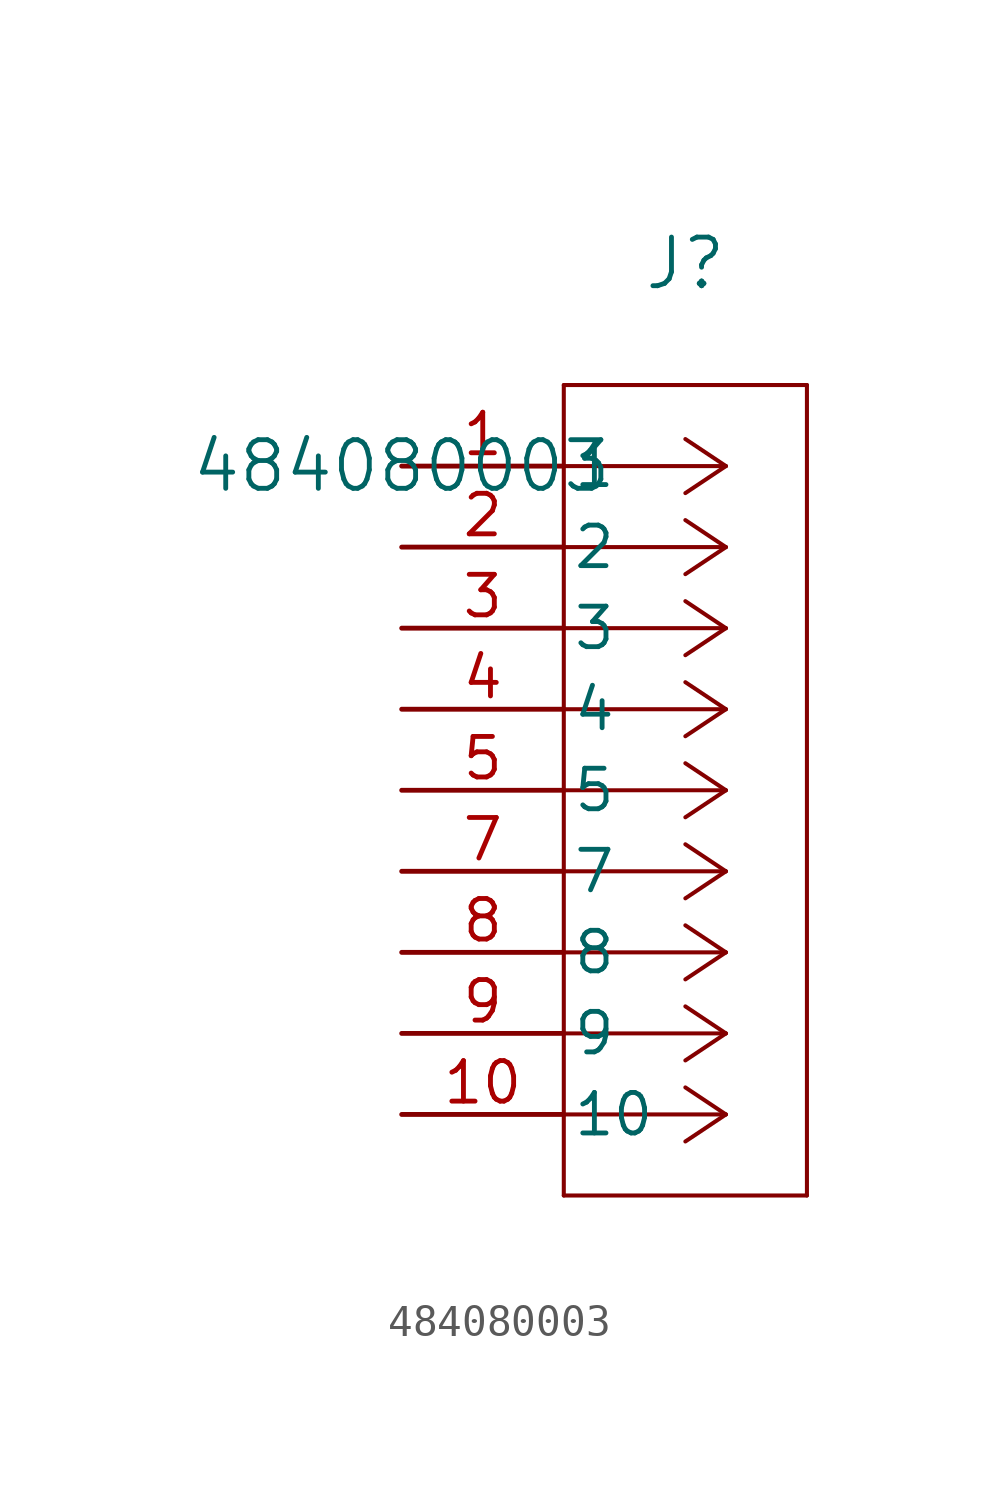
<source format=kicad_sym>
(kicad_symbol_lib
  (version 20211014)
  (generator kicad_symbol_editor)
  (symbol "484080003"
    (pin_names
      (offset 0.254))
    (property "Reference" "J"
      (at 8.89 6.35 0)
      (effects (font (size 1.524 1.524))))
    (property "Value" "484080003"
      (at 0 0 0)
      (effects (font (size 1.524 1.524))))
    (symbol "484080003_0_1"
      (polyline (pts (xy 10.16 0) (xy 5.08 0)) (stroke (width 0.127) (type default) (color 0 0 0 0)) (fill (type none)))
      (polyline (pts (xy 10.16 -2.54) (xy 5.08 -2.54)) (stroke (width 0.127) (type default) (color 0 0 0 0)) (fill (type none)))
      (polyline (pts (xy 10.16 -5.08) (xy 5.08 -5.08)) (stroke (width 0.127) (type default) (color 0 0 0 0)) (fill (type none)))
      (polyline (pts (xy 10.16 -7.62) (xy 5.08 -7.62)) (stroke (width 0.127) (type default) (color 0 0 0 0)) (fill (type none)))
      (polyline (pts (xy 10.16 -10.16) (xy 5.08 -10.16)) (stroke (width 0.127) (type default) (color 0 0 0 0)) (fill (type none)))
      (polyline (pts (xy 10.16 -12.7) (xy 5.08 -12.7)) (stroke (width 0.127) (type default) (color 0 0 0 0)) (fill (type none)))
      (polyline (pts (xy 10.16 -15.24) (xy 5.08 -15.24)) (stroke (width 0.127) (type default) (color 0 0 0 0)) (fill (type none)))
      (polyline (pts (xy 10.16 -17.78) (xy 5.08 -17.78)) (stroke (width 0.127) (type default) (color 0 0 0 0)) (fill (type none)))
      (polyline (pts (xy 10.16 -20.32) (xy 5.08 -20.32)) (stroke (width 0.127) (type default) (color 0 0 0 0)) (fill (type none)))
      (polyline (pts (xy 10.16 0) (xy 8.89 0.847)) (stroke (width 0.127) (type default) (color 0 0 0 0)) (fill (type none)))
      (polyline (pts (xy 10.16 -2.54) (xy 8.89 -1.693)) (stroke (width 0.127) (type default) (color 0 0 0 0)) (fill (type none)))
      (polyline (pts (xy 10.16 -5.08) (xy 8.89 -4.233)) (stroke (width 0.127) (type default) (color 0 0 0 0)) (fill (type none)))
      (polyline (pts (xy 10.16 -7.62) (xy 8.89 -6.773)) (stroke (width 0.127) (type default) (color 0 0 0 0)) (fill (type none)))
      (polyline (pts (xy 10.16 -10.16) (xy 8.89 -9.313)) (stroke (width 0.127) (type default) (color 0 0 0 0)) (fill (type none)))
      (polyline (pts (xy 10.16 -12.7) (xy 8.89 -11.853)) (stroke (width 0.127) (type default) (color 0 0 0 0)) (fill (type none)))
      (polyline (pts (xy 10.16 -15.24) (xy 8.89 -14.393)) (stroke (width 0.127) (type default) (color 0 0 0 0)) (fill (type none)))
      (polyline (pts (xy 10.16 -17.78) (xy 8.89 -16.933)) (stroke (width 0.127) (type default) (color 0 0 0 0)) (fill (type none)))
      (polyline (pts (xy 10.16 -20.32) (xy 8.89 -19.473)) (stroke (width 0.127) (type default) (color 0 0 0 0)) (fill (type none)))
      (polyline (pts (xy 10.16 0) (xy 8.89 -0.847)) (stroke (width 0.127) (type default) (color 0 0 0 0)) (fill (type none)))
      (polyline (pts (xy 10.16 -2.54) (xy 8.89 -3.387)) (stroke (width 0.127) (type default) (color 0 0 0 0)) (fill (type none)))
      (polyline (pts (xy 10.16 -5.08) (xy 8.89 -5.927)) (stroke (width 0.127) (type default) (color 0 0 0 0)) (fill (type none)))
      (polyline (pts (xy 10.16 -7.62) (xy 8.89 -8.467)) (stroke (width 0.127) (type default) (color 0 0 0 0)) (fill (type none)))
      (polyline (pts (xy 10.16 -10.16) (xy 8.89 -11.007)) (stroke (width 0.127) (type default) (color 0 0 0 0)) (fill (type none)))
      (polyline (pts (xy 10.16 -12.7) (xy 8.89 -13.547)) (stroke (width 0.127) (type default) (color 0 0 0 0)) (fill (type none)))
      (polyline (pts (xy 10.16 -15.24) (xy 8.89 -16.087)) (stroke (width 0.127) (type default) (color 0 0 0 0)) (fill (type none)))
      (polyline (pts (xy 10.16 -17.78) (xy 8.89 -18.627)) (stroke (width 0.127) (type default) (color 0 0 0 0)) (fill (type none)))
      (polyline (pts (xy 10.16 -20.32) (xy 8.89 -21.167)) (stroke (width 0.127) (type default) (color 0 0 0 0)) (fill (type none)))
      (polyline (pts (xy 5.08 2.54) (xy 5.08 -22.86)) (stroke (width 0.127) (type default) (color 0 0 0 0)) (fill (type none)))
      (polyline (pts (xy 5.08 -22.86) (xy 12.7 -22.86)) (stroke (width 0.127) (type default) (color 0 0 0 0)) (fill (type none)))
      (polyline (pts (xy 12.7 -22.86) (xy 12.7 2.54)) (stroke (width 0.127) (type default) (color 0 0 0 0)) (fill (type none)))
      (polyline (pts (xy 12.7 2.54) (xy 5.08 2.54)) (stroke (width 0.127) (type default) (color 0 0 0 0)) (fill (type none)))
      (pin unspecified line (at 0 0 0) (length 5.08) (name "1" (effects (font (size 1.27 1.27)))) (number "1" (effects (font (size 1.27 1.27)))))
      (pin unspecified line (at 0 -2.54 0) (length 5.08) (name "2" (effects (font (size 1.27 1.27)))) (number "2" (effects (font (size 1.27 1.27)))))
      (pin unspecified line (at 0 -5.08 0) (length 5.08) (name "3" (effects (font (size 1.27 1.27)))) (number "3" (effects (font (size 1.27 1.27)))))
      (pin unspecified line (at 0 -7.62 0) (length 5.08) (name "4" (effects (font (size 1.27 1.27)))) (number "4" (effects (font (size 1.27 1.27)))))
      (pin unspecified line (at 0 -10.16 0) (length 5.08) (name "5" (effects (font (size 1.27 1.27)))) (number "5" (effects (font (size 1.27 1.27)))))
      (pin unspecified line (at 0 -12.7 0) (length 5.08) (name "7" (effects (font (size 1.27 1.27)))) (number "7" (effects (font (size 1.27 1.27)))))
      (pin unspecified line (at 0 -15.24 0) (length 5.08) (name "8" (effects (font (size 1.27 1.27)))) (number "8" (effects (font (size 1.27 1.27)))))
      (pin unspecified line (at 0 -17.78 0) (length 5.08) (name "9" (effects (font (size 1.27 1.27)))) (number "9" (effects (font (size 1.27 1.27)))))
      (pin unspecified line (at 0 -20.32 0) (length 5.08) (name "10" (effects (font (size 1.27 1.27)))) (number "10" (effects (font (size 1.27 1.27))))))))
</source>
